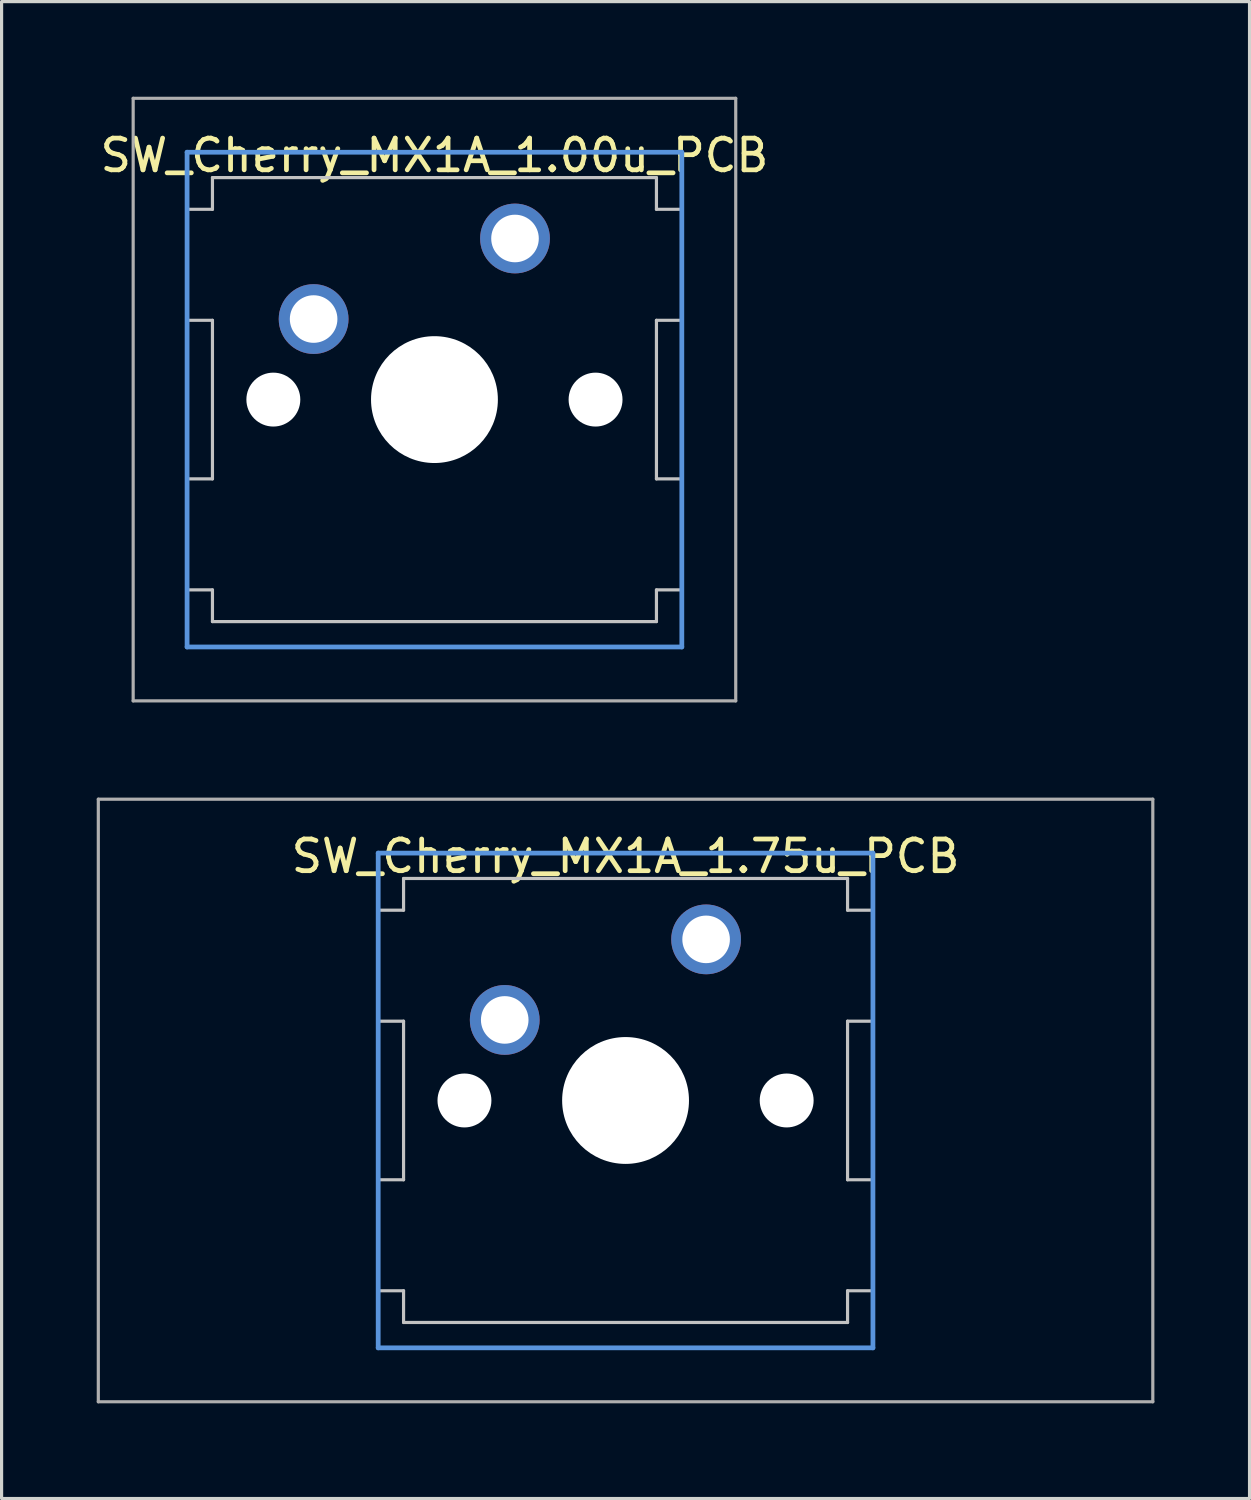
<source format=kicad_pcb>
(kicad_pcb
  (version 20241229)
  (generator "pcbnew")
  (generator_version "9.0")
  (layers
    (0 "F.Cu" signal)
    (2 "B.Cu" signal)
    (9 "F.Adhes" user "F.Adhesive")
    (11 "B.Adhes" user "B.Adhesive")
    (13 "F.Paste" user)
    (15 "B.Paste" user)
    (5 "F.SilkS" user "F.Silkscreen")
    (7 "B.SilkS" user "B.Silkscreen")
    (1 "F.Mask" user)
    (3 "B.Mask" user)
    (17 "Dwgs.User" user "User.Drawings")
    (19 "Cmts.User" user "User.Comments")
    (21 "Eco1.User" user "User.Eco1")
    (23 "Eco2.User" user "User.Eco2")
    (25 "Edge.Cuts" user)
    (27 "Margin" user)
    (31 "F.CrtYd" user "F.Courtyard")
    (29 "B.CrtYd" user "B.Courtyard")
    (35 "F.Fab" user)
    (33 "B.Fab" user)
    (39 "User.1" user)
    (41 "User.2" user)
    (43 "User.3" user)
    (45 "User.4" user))
  (footprint "SW_Cherry_MX1A_1.00u_PCB"
    (layer "F.Cu")
    (at 10.649 9.55)
    (property "Reference" "SW_Cherry_MX1A_1.00u_PCB" (at 0 -7.7 0) (layer "F.SilkS") (effects (font (size 1 1) (thickness 0.15))))
    (attr through_hole)
    (fp_line (start -7.8 -6) (end -7 -6) (stroke (width 0.1) (type solid)) (layer "Dwgs.User"))
    (fp_line (start -7.8 -2.5) (end -7.8 -6) (stroke (width 0.1) (type solid)) (layer "Dwgs.User"))
    (fp_line (start -7.8 -2.5) (end -7 -2.5) (stroke (width 0.1) (type solid)) (layer "Dwgs.User"))
    (fp_line (start -7.8 2.5) (end -7 2.5) (stroke (width 0.1) (type solid)) (layer "Dwgs.User"))
    (fp_line (start -7.8 6) (end -7.8 2.5) (stroke (width 0.1) (type solid)) (layer "Dwgs.User"))
    (fp_line (start -7.8 6) (end -7 6) (stroke (width 0.1) (type solid)) (layer "Dwgs.User"))
    (fp_line (start -7 -7) (end 7 -7) (stroke (width 0.1) (type solid)) (layer "Dwgs.User"))
    (fp_line (start -7 -6) (end -7 -7) (stroke (width 0.1) (type solid)) (layer "Dwgs.User"))
    (fp_line (start -7 -2.5) (end -7 2.5) (stroke (width 0.1) (type solid)) (layer "Dwgs.User"))
    (fp_line (start -7 7) (end -7 6) (stroke (width 0.1) (type solid)) (layer "Dwgs.User"))
    (fp_line (start -7 7) (end 7 7) (stroke (width 0.1) (type solid)) (layer "Dwgs.User"))
    (fp_line (start 7 -6) (end 7 -7) (stroke (width 0.1) (type solid)) (layer "Dwgs.User"))
    (fp_line (start 7 -6) (end 7.8 -6) (stroke (width 0.1) (type solid)) (layer "Dwgs.User"))
    (fp_line (start 7 -2.5) (end 7 2.5) (stroke (width 0.1) (type solid)) (layer "Dwgs.User"))
    (fp_line (start 7 -2.5) (end 7.8 -2.5) (stroke (width 0.1) (type solid)) (layer "Dwgs.User"))
    (fp_line (start 7 2.5) (end 7.8 2.5) (stroke (width 0.1) (type solid)) (layer "Dwgs.User"))
    (fp_line (start 7 6) (end 7.8 6) (stroke (width 0.1) (type solid)) (layer "Dwgs.User"))
    (fp_line (start 7 7) (end 7 6) (stroke (width 0.1) (type solid)) (layer "Dwgs.User"))
    (fp_line (start 7.8 -2.5) (end 7.8 -6) (stroke (width 0.1) (type solid)) (layer "Dwgs.User"))
    (fp_line (start 7.8 6) (end 7.8 2.5) (stroke (width 0.1) (type solid)) (layer "Dwgs.User"))
    (fp_line (start -7.8 -7.8) (end 7.8 -7.8) (stroke (width 0.15) (type solid)) (layer "Cmts.User"))
    (fp_line (start -7.8 7.8) (end -7.8 -7.8) (stroke (width 0.15) (type solid)) (layer "Cmts.User"))
    (fp_line (start 7.8 -7.8) (end 7.8 7.8) (stroke (width 0.15) (type solid)) (layer "Cmts.User"))
    (fp_line (start 7.8 7.8) (end -7.8 7.8) (stroke (width 0.15) (type solid)) (layer "Cmts.User"))
    (fp_line (start -9.5 -9.5) (end 9.5 -9.5) (stroke (width 0.1) (type solid)) (layer "F.Fab"))
    (fp_line (start -9.5 9.5) (end -9.5 -9.5) (stroke (width 0.1) (type solid)) (layer "F.Fab"))
    (fp_line (start 9.5 -9.5) (end 9.5 9.5) (stroke (width 0.1) (type solid)) (layer "F.Fab"))
    (fp_line (start 9.5 9.5) (end -9.5 9.5) (stroke (width 0.1) (type solid)) (layer "F.Fab"))
    (pad "" np_thru_hole circle (at -5.08 0) (size 1.7 1.7) (drill 1.7) (layers "*.Cu" "*.Mask"))
    (pad "" np_thru_hole circle (at 0 0) (size 4 4) (drill 4) (layers "*.Cu" "*.Mask"))
    (pad "" np_thru_hole circle (at 5.08 0) (size 1.7 1.7) (drill 1.7) (layers "*.Cu" "*.Mask"))
    (pad "1" thru_hole circle (at -3.81 -2.54) (size 2.2 2.2) (drill 1.5) (layers "*.Cu" "*.Mask"))
    (pad "2" thru_hole circle (at 2.54 -5.08) (size 2.2 2.2) (drill 1.5) (layers "*.Cu" "*.Mask")))
  (footprint "SW_Cherry_MX1A_1.75u_PCB"
    (layer "F.Cu")
    (at 16.675 31.65)
    (property "Reference" "SW_Cherry_MX1A_1.75u_PCB" (at 0 -7.7 0) (layer "F.SilkS") (effects (font (size 1 1) (thickness 0.15))))
    (attr through_hole)
    (fp_line (start -7.8 -6) (end -7 -6) (stroke (width 0.1) (type solid)) (layer "Dwgs.User"))
    (fp_line (start -7.8 -2.5) (end -7.8 -6) (stroke (width 0.1) (type solid)) (layer "Dwgs.User"))
    (fp_line (start -7.8 -2.5) (end -7 -2.5) (stroke (width 0.1) (type solid)) (layer "Dwgs.User"))
    (fp_line (start -7.8 2.5) (end -7 2.5) (stroke (width 0.1) (type solid)) (layer "Dwgs.User"))
    (fp_line (start -7.8 6) (end -7.8 2.5) (stroke (width 0.1) (type solid)) (layer "Dwgs.User"))
    (fp_line (start -7.8 6) (end -7 6) (stroke (width 0.1) (type solid)) (layer "Dwgs.User"))
    (fp_line (start -7 -7) (end 7 -7) (stroke (width 0.1) (type solid)) (layer "Dwgs.User"))
    (fp_line (start -7 -6) (end -7 -7) (stroke (width 0.1) (type solid)) (layer "Dwgs.User"))
    (fp_line (start -7 -2.5) (end -7 2.5) (stroke (width 0.1) (type solid)) (layer "Dwgs.User"))
    (fp_line (start -7 7) (end -7 6) (stroke (width 0.1) (type solid)) (layer "Dwgs.User"))
    (fp_line (start -7 7) (end 7 7) (stroke (width 0.1) (type solid)) (layer "Dwgs.User"))
    (fp_line (start 7 -6) (end 7 -7) (stroke (width 0.1) (type solid)) (layer "Dwgs.User"))
    (fp_line (start 7 -6) (end 7.8 -6) (stroke (width 0.1) (type solid)) (layer "Dwgs.User"))
    (fp_line (start 7 -2.5) (end 7 2.5) (stroke (width 0.1) (type solid)) (layer "Dwgs.User"))
    (fp_line (start 7 -2.5) (end 7.8 -2.5) (stroke (width 0.1) (type solid)) (layer "Dwgs.User"))
    (fp_line (start 7 2.5) (end 7.8 2.5) (stroke (width 0.1) (type solid)) (layer "Dwgs.User"))
    (fp_line (start 7 6) (end 7.8 6) (stroke (width 0.1) (type solid)) (layer "Dwgs.User"))
    (fp_line (start 7 7) (end 7 6) (stroke (width 0.1) (type solid)) (layer "Dwgs.User"))
    (fp_line (start 7.8 -2.5) (end 7.8 -6) (stroke (width 0.1) (type solid)) (layer "Dwgs.User"))
    (fp_line (start 7.8 6) (end 7.8 2.5) (stroke (width 0.1) (type solid)) (layer "Dwgs.User"))
    (fp_line (start -7.8 -7.8) (end 7.8 -7.8) (stroke (width 0.15) (type solid)) (layer "Cmts.User"))
    (fp_line (start -7.8 7.8) (end -7.8 -7.8) (stroke (width 0.15) (type solid)) (layer "Cmts.User"))
    (fp_line (start 7.8 -7.8) (end 7.8 7.8) (stroke (width 0.15) (type solid)) (layer "Cmts.User"))
    (fp_line (start 7.8 7.8) (end -7.8 7.8) (stroke (width 0.15) (type solid)) (layer "Cmts.User"))
    (fp_line (start -16.625 -9.5) (end 16.625 -9.5) (stroke (width 0.1) (type solid)) (layer "F.Fab"))
    (fp_line (start -16.625 9.5) (end -16.625 -9.5) (stroke (width 0.1) (type solid)) (layer "F.Fab"))
    (fp_line (start 16.625 -9.5) (end 16.625 9.5) (stroke (width 0.1) (type solid)) (layer "F.Fab"))
    (fp_line (start 16.625 9.5) (end -16.625 9.5) (stroke (width 0.1) (type solid)) (layer "F.Fab"))
    (pad "" np_thru_hole circle (at -5.08 0) (size 1.7 1.7) (drill 1.7) (layers "*.Cu" "*.Mask"))
    (pad "" np_thru_hole circle (at 0 0) (size 4 4) (drill 4) (layers "*.Cu" "*.Mask"))
    (pad "" np_thru_hole circle (at 5.08 0) (size 1.7 1.7) (drill 1.7) (layers "*.Cu" "*.Mask"))
    (pad "1" thru_hole circle (at -3.81 -2.54) (size 2.2 2.2) (drill 1.5) (layers "*.Cu" "*.Mask"))
    (pad "2" thru_hole circle (at 2.54 -5.08) (size 2.2 2.2) (drill 1.5) (layers "*.Cu" "*.Mask")))
  (gr_rect
    (start -3 -3)
    (end 36.35 44.2)
    (stroke (width 0.1) (type default))
    (fill no)
    (layer "Edge.Cuts")))
</source>
